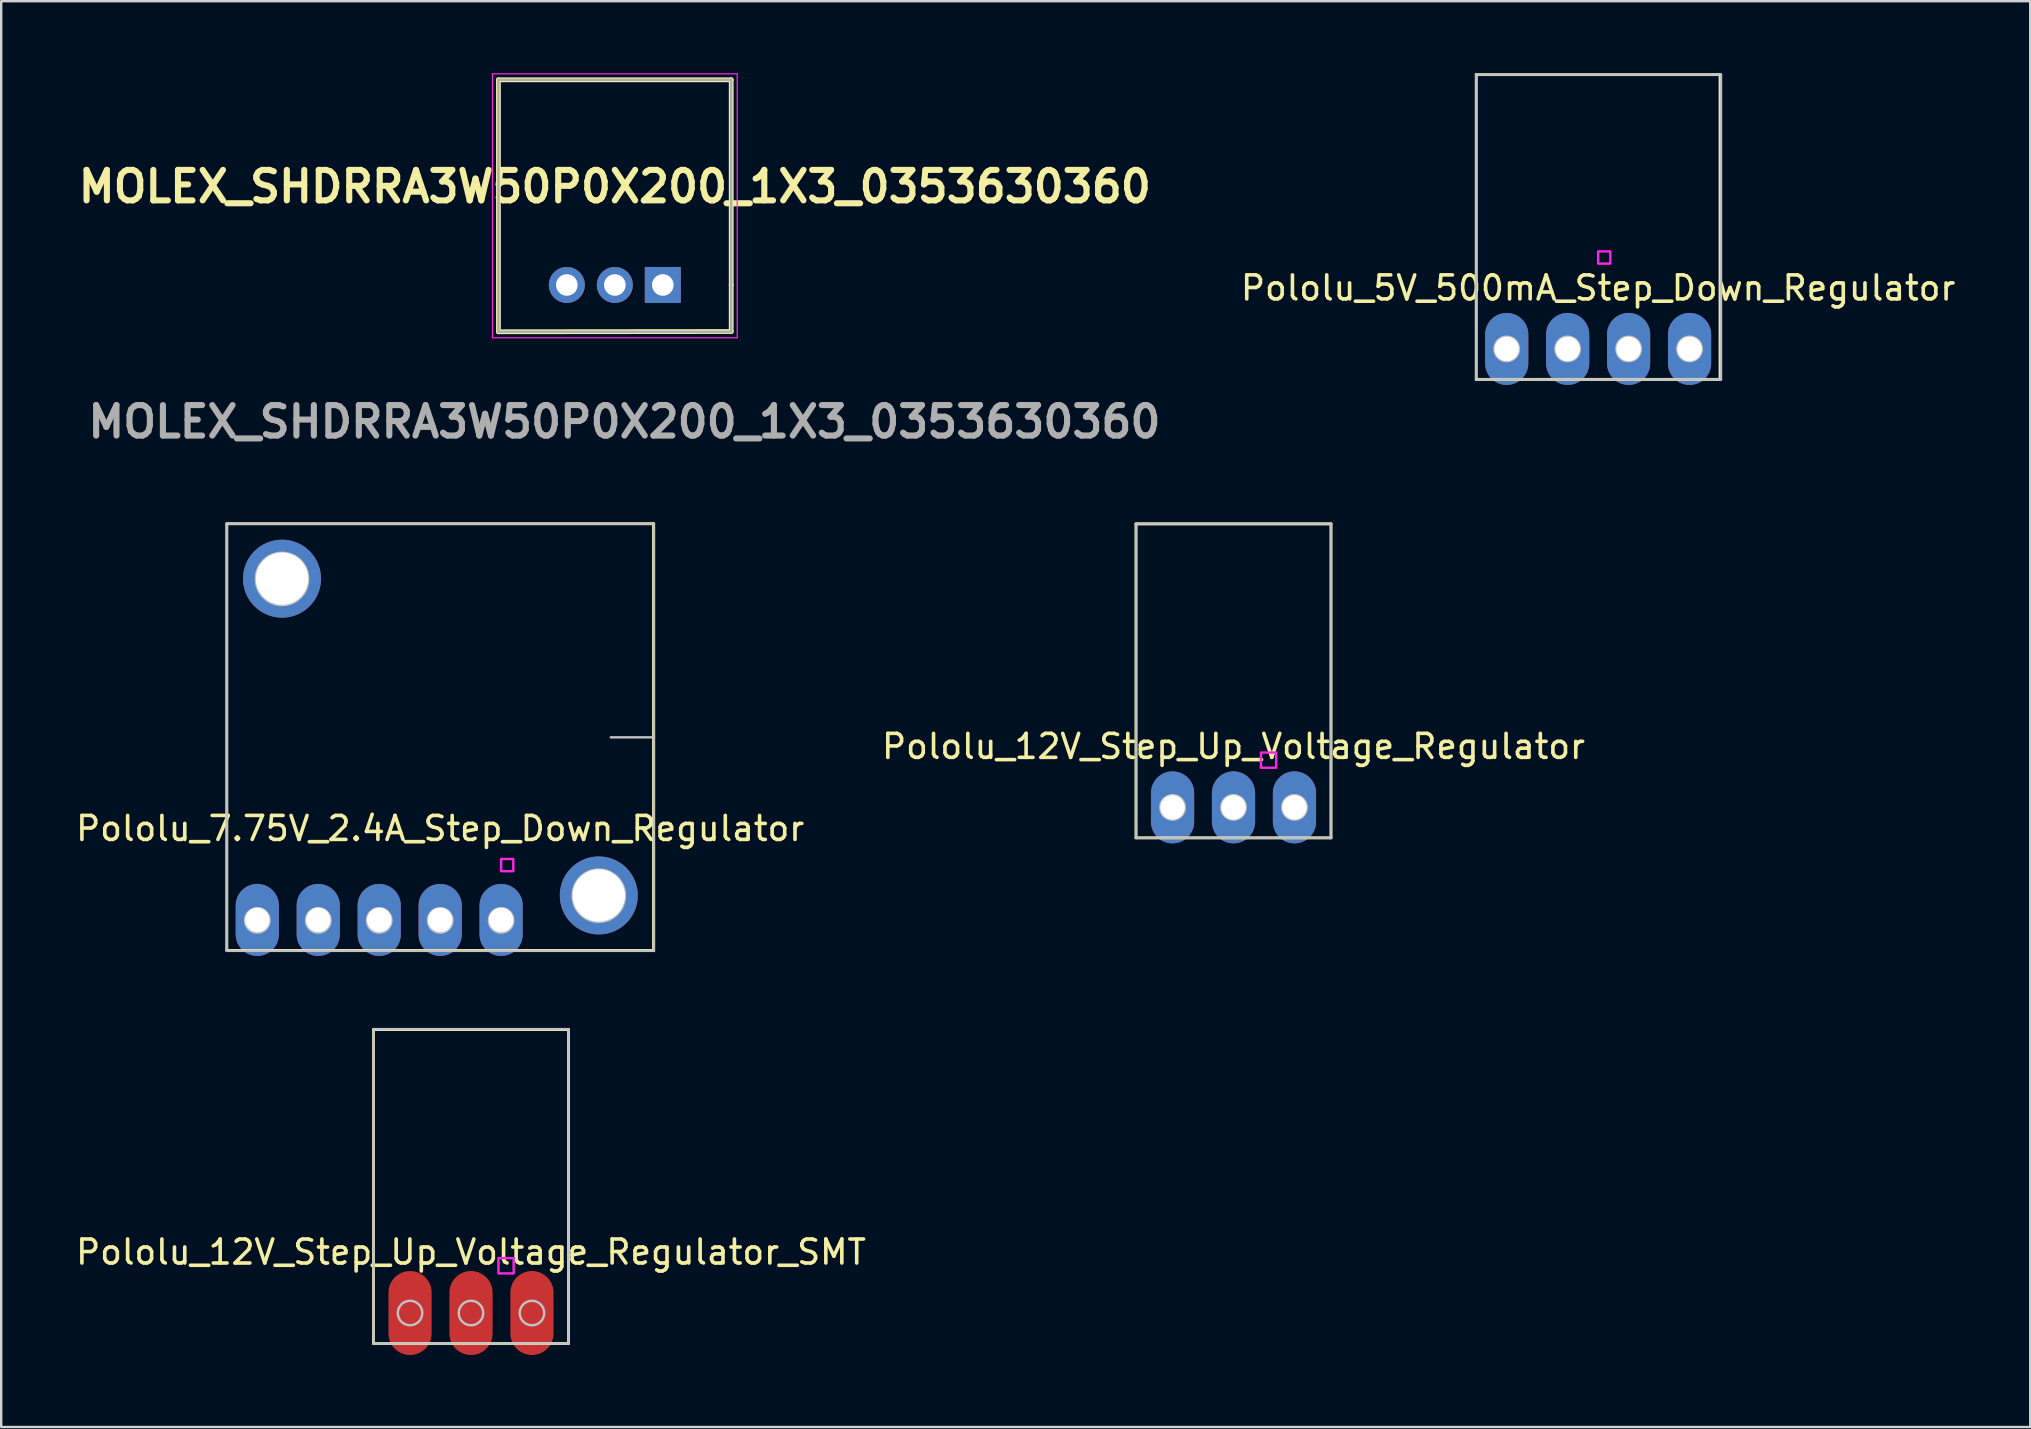
<source format=kicad_pcb>
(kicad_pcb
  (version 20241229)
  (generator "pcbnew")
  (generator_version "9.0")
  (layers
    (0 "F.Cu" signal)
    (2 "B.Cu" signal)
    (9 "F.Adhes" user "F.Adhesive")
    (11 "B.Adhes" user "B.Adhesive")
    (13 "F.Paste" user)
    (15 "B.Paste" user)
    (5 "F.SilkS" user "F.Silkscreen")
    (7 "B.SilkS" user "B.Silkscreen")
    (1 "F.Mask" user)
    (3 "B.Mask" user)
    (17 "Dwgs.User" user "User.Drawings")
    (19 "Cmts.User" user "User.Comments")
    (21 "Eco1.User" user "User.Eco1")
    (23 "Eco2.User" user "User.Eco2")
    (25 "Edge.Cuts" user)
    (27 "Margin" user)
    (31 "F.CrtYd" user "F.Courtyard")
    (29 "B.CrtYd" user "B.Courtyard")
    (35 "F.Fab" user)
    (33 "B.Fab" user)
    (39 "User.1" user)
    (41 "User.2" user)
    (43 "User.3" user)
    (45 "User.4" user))
  (footprint "MOLEX_SHDRRA3W50P0X200_1X3_0353630360"
    (layer "F.Cu")
    (at 24.57 8.825)
    (property "Reference" "MOLEX_SHDRRA3W50P0X200_1X3_0353630360" (at -2 -4.1 0) (layer "F.SilkS") (effects (font (size 1.27 1.27) (thickness 0.254))))
    (attr through_hole)
    (fp_line (start -6.85 -8.55) (end -6.85 1.95) (stroke (width 0.2) (type solid)) (layer "F.SilkS"))
    (fp_line (start 2.85 -8.55) (end -6.85 -8.55) (stroke (width 0.2) (type solid)) (layer "F.SilkS"))
    (fp_line (start 2.85 0) (end 2.85 -8.55) (stroke (width 0.2) (type solid)) (layer "F.SilkS"))
    (fp_line (start 2.85 0) (end 2.85 1.94) (stroke (width 0.2) (type solid)) (layer "F.SilkS"))
    (fp_line (start 2.85 1.94) (end -6.85 1.95) (stroke (width 0.2) (type solid)) (layer "F.SilkS"))
    (fp_line (start -7.1 -8.8) (end 3.1 -8.8) (stroke (width 0.05) (type solid)) (layer "F.CrtYd"))
    (fp_line (start -7.1 2.2) (end -7.1 -8.8) (stroke (width 0.05) (type solid)) (layer "F.CrtYd"))
    (fp_line (start 3.1 -8.8) (end 3.1 2.2) (stroke (width 0.05) (type solid)) (layer "F.CrtYd"))
    (fp_line (start 3.1 2.2) (end -7.1 2.2) (stroke (width 0.05) (type solid)) (layer "F.CrtYd"))
    (fp_line (start -6.85 -8.55) (end 2.85 -8.55) (stroke (width 0.1) (type solid)) (layer "F.Fab"))
    (fp_line (start -6.85 1.95) (end -6.85 -8.55) (stroke (width 0.1) (type solid)) (layer "F.Fab"))
    (fp_line (start 2.85 -8.55) (end 2.85 1.95) (stroke (width 0.1) (type solid)) (layer "F.Fab"))
    (fp_line (start 2.85 1.95) (end -6.85 1.95) (stroke (width 0.1) (type solid)) (layer "F.Fab"))
    (fp_text user "${REFERENCE}" (at -1.6 5.7 0) (layer "F.Fab") (effects (font (size 1.27 1.27) (thickness 0.254))))
    (pad "1" thru_hole rect (at 0 0) (size 1.5 1.5) (drill 0.9) (layers "*.Cu" "*.Mask"))
    (pad "2" thru_hole circle (at -2 0) (size 1.5 1.5) (drill 0.9) (layers "*.Cu" "*.Mask"))
    (pad "3" thru_hole circle (at -4 0) (size 1.5 1.5) (drill 0.9) (layers "*.Cu" "*.Mask")))
  (footprint "Pololu_12V_Step_Up_Voltage_Regulator"
    (layer "F.Cu")
    (at 48.351 28.054)
    (property "Reference" "Pololu_12V_Step_Up_Voltage_Regulator" (at 0 0 0) (layer "F.SilkS") (effects (font (size 1 1) (thickness 0.15))))
    (attr through_hole)
    (fp_line (start -4.064 -9.271) (end 4.064 -9.271) (stroke (width 0.12) (type solid)) (layer "F.SilkS"))
    (fp_line (start -4.064 3.81) (end -4.064 -9.271) (stroke (width 0.12) (type solid)) (layer "F.SilkS"))
    (fp_line (start 4.064 -9.271) (end 4.064 3.81) (stroke (width 0.12) (type solid)) (layer "F.SilkS"))
    (fp_line (start 4.064 3.81) (end -4.064 3.81) (stroke (width 0.12) (type solid)) (layer "F.SilkS"))
    (fp_line (start -4.06 -9.29) (end 4.06 -9.29) (stroke (width 0.1) (type solid)) (layer "Dwgs.User"))
    (fp_line (start -4.06 3.81) (end -4.06 -9.29) (stroke (width 0.1) (type solid)) (layer "Dwgs.User"))
    (fp_line (start 4.06 -9.29) (end 4.06 3.81) (stroke (width 0.1) (type solid)) (layer "Dwgs.User"))
    (fp_line (start 4.06 3.81) (end -4.06 3.81) (stroke (width 0.1) (type solid)) (layer "Dwgs.User"))
    (fp_circle (center -2.54 2.54) (end -2.03 2.54) (stroke (width 0.1) (type solid)) (fill no) (layer "Dwgs.User"))
    (fp_circle (center 0 2.54) (end 0.51 2.54) (stroke (width 0.1) (type solid)) (fill no) (layer "Dwgs.User"))
    (fp_circle (center 2.54 2.54) (end 3.05 2.54) (stroke (width 0.1) (type solid)) (fill no) (layer "Dwgs.User"))
    (fp_poly (pts (xy 1.778 0.889) (xy 1.143 0.889) (xy 1.143 0.254) (xy 1.778 0.254)) (stroke (width 0.1) (type solid)) (fill no) (layer "F.CrtYd"))
    (pad "1" thru_hole oval (at 2.54 2.54) (size 1.8 3) (drill 1.02) (layers "*.Cu" "*.Mask"))
    (pad "2" thru_hole oval (at 0 2.54) (size 1.8 3) (drill 1.02) (layers "*.Cu" "*.Mask"))
    (pad "3" thru_hole oval (at -2.54 2.54) (size 1.8 3) (drill 1.02) (layers "*.Cu" "*.Mask")))
  (footprint "Pololu_5V_500mA_Step_Down_Regulator"
    (layer "F.Cu")
    (at 63.545 6.41)
    (property "Reference" "Pololu_5V_500mA_Step_Down_Regulator" (at 0 2.54 0) (layer "F.SilkS") (effects (font (size 1 1) (thickness 0.15))))
    (attr through_hole)
    (fp_line (start -5.08 -6.35) (end 5.08 -6.35) (stroke (width 0.12) (type solid)) (layer "F.SilkS"))
    (fp_line (start -5.08 6.35) (end -5.08 -6.35) (stroke (width 0.12) (type solid)) (layer "F.SilkS"))
    (fp_line (start 5.08 -6.35) (end 5.08 6.35) (stroke (width 0.12) (type solid)) (layer "F.SilkS"))
    (fp_line (start 5.08 6.35) (end -5.08 6.35) (stroke (width 0.12) (type solid)) (layer "F.SilkS"))
    (fp_line (start -5.08 -6.35) (end 5.12 -6.35) (stroke (width 0.1) (type solid)) (layer "Dwgs.User"))
    (fp_line (start -5.08 6.35) (end -5.08 -6.35) (stroke (width 0.1) (type solid)) (layer "Dwgs.User"))
    (fp_line (start 5.12 -6.35) (end 5.12 6.35) (stroke (width 0.1) (type solid)) (layer "Dwgs.User"))
    (fp_line (start 5.12 6.35) (end -5.08 6.35) (stroke (width 0.1) (type solid)) (layer "Dwgs.User"))
    (fp_circle (center -3.81 5.08) (end -3.3 5.08) (stroke (width 0.1) (type solid)) (fill no) (layer "Dwgs.User"))
    (fp_circle (center -1.27 5.08) (end -0.76 5.08) (stroke (width 0.1) (type solid)) (fill no) (layer "Dwgs.User"))
    (fp_circle (center 1.27 5.08) (end 1.78 5.08) (stroke (width 0.1) (type solid)) (fill no) (layer "Dwgs.User"))
    (fp_circle (center 3.81 5.08) (end 4.32 5.08) (stroke (width 0.1) (type solid)) (fill no) (layer "Dwgs.User"))
    (fp_poly (pts (xy 0.508 1.524) (xy 0 1.524) (xy 0 1.016) (xy 0.508 1.016)) (stroke (width 0.1) (type solid)) (fill no) (layer "F.CrtYd"))
    (pad "1" thru_hole oval (at -3.81 5.08) (size 1.8 3) (drill 1.02) (layers "*.Cu" "*.Mask"))
    (pad "2" thru_hole oval (at -1.27 5.08) (size 1.8 3) (drill 1.02) (layers "*.Cu" "*.Mask"))
    (pad "3" thru_hole oval (at 1.27 5.08) (size 1.8 3) (drill 1.02) (layers "*.Cu" "*.Mask"))
    (pad "4" thru_hole oval (at 3.81 5.08) (size 1.8 3) (drill 1.02) (layers "*.Cu" "*.Mask")))
  (footprint "Pololu_7.75V_2.4A_Step_Down_Regulator"
    (layer "F.Cu")
    (at 15.292 27.664)
    (property "Reference" "Pololu_7.75V_2.4A_Step_Down_Regulator" (at 0 3.81 0) (layer "F.SilkS") (effects (font (size 1 1) (thickness 0.15))))
    (attr through_hole)
    (fp_line (start -8.89 -8.89) (end 8.89 -8.89) (stroke (width 0.12) (type solid)) (layer "F.SilkS"))
    (fp_line (start -8.89 8.89) (end -8.89 -8.89) (stroke (width 0.12) (type solid)) (layer "F.SilkS"))
    (fp_line (start 8.89 -8.89) (end 8.89 8.89) (stroke (width 0.12) (type solid)) (layer "F.SilkS"))
    (fp_line (start 8.89 8.89) (end -8.89 8.89) (stroke (width 0.12) (type solid)) (layer "F.SilkS"))
    (fp_line (start -8.89 -8.89) (end 8.91 -8.89) (stroke (width 0.1) (type solid)) (layer "Dwgs.User"))
    (fp_line (start -8.89 8.91) (end -8.89 -8.89) (stroke (width 0.1) (type solid)) (layer "Dwgs.User"))
    (fp_line (start 8.91 -8.89) (end 8.91 8.91) (stroke (width 0.1) (type solid)) (layer "Dwgs.User"))
    (fp_line (start 8.91 0.01) (end 7.11 0.01) (stroke (width 0.1) (type solid)) (layer "Dwgs.User"))
    (fp_line (start 8.91 8.91) (end -8.89 8.91) (stroke (width 0.1) (type solid)) (layer "Dwgs.User"))
    (fp_circle (center -7.62 7.64) (end -7.11 7.64) (stroke (width 0.1) (type solid)) (fill no) (layer "Dwgs.User"))
    (fp_circle (center -6.59 -6.59) (end -5.5 -6.59) (stroke (width 0.1) (type solid)) (fill no) (layer "Dwgs.User"))
    (fp_circle (center -5.08 7.64) (end -4.57 7.64) (stroke (width 0.1) (type solid)) (fill no) (layer "Dwgs.User"))
    (fp_circle (center -2.54 7.64) (end -2.03 7.64) (stroke (width 0.1) (type solid)) (fill no) (layer "Dwgs.User"))
    (fp_circle (center 0 7.64) (end 0.51 7.64) (stroke (width 0.1) (type solid)) (fill no) (layer "Dwgs.User"))
    (fp_circle (center 2.54 7.64) (end 3.05 7.64) (stroke (width 0.1) (type solid)) (fill no) (layer "Dwgs.User"))
    (fp_circle (center 6.61 6.61) (end 7.7 6.61) (stroke (width 0.1) (type solid)) (fill no) (layer "Dwgs.User"))
    (fp_poly (pts (xy 3.048 5.588) (xy 2.54 5.588) (xy 2.54 5.08) (xy 3.048 5.08)) (stroke (width 0.1) (type solid)) (fill no) (layer "F.CrtYd"))
    (pad "1" thru_hole oval (at -7.62 7.62) (size 1.8 3) (drill 1.02) (layers "*.Cu" "*.Mask"))
    (pad "2" thru_hole oval (at -5.08 7.62) (size 1.8 3) (drill 1.02) (layers "*.Cu" "*.Mask"))
    (pad "3" thru_hole oval (at -2.54 7.62) (size 1.8 3) (drill 1.02) (layers "*.Cu" "*.Mask"))
    (pad "4" thru_hole oval (at 0 7.62) (size 1.8 3) (drill 1.02) (layers "*.Cu" "*.Mask"))
    (pad "5" thru_hole oval (at 2.54 7.62) (size 1.8 3) (drill 1.02) (layers "*.Cu" "*.Mask"))
    (pad "6" thru_hole circle (at -6.59 -6.6) (size 3.25 3.25) (drill 2.18) (layers "*.Cu" "*.Mask"))
    (pad "7" thru_hole circle (at 6.61 6.6) (size 3.25 3.25) (drill 2.18) (layers "*.Cu" "*.Mask")))
  (footprint "Pololu_12V_Step_Up_Voltage_Regulator_SMT"
    (layer "F.Cu")
    (at 16.577 49.124)
    (property "Reference" "Pololu_12V_Step_Up_Voltage_Regulator_SMT" (at 0 0 0) (layer "F.SilkS") (effects (font (size 1 1) (thickness 0.15))))
    (attr through_hole)
    (fp_line (start -4.064 -9.271) (end 4.064 -9.271) (stroke (width 0.12) (type solid)) (layer "F.SilkS"))
    (fp_line (start -4.064 3.81) (end -4.064 -9.271) (stroke (width 0.12) (type solid)) (layer "F.SilkS"))
    (fp_line (start 4.064 -9.271) (end 4.064 3.81) (stroke (width 0.12) (type solid)) (layer "F.SilkS"))
    (fp_line (start 4.064 3.81) (end -4.064 3.81) (stroke (width 0.12) (type solid)) (layer "F.SilkS"))
    (fp_line (start -4.06 -9.29) (end 4.06 -9.29) (stroke (width 0.1) (type solid)) (layer "Dwgs.User"))
    (fp_line (start -4.06 3.81) (end -4.06 -9.29) (stroke (width 0.1) (type solid)) (layer "Dwgs.User"))
    (fp_line (start 4.06 -9.29) (end 4.06 3.81) (stroke (width 0.1) (type solid)) (layer "Dwgs.User"))
    (fp_line (start 4.06 3.81) (end -4.06 3.81) (stroke (width 0.1) (type solid)) (layer "Dwgs.User"))
    (fp_circle (center -2.54 2.54) (end -2.03 2.54) (stroke (width 0.1) (type solid)) (fill no) (layer "Dwgs.User"))
    (fp_circle (center 0 2.54) (end 0.51 2.54) (stroke (width 0.1) (type solid)) (fill no) (layer "Dwgs.User"))
    (fp_circle (center 2.54 2.54) (end 3.05 2.54) (stroke (width 0.1) (type solid)) (fill no) (layer "Dwgs.User"))
    (fp_poly (pts (xy 1.778 0.889) (xy 1.143 0.889) (xy 1.143 0.254) (xy 1.778 0.254)) (stroke (width 0.1) (type solid)) (fill no) (layer "F.CrtYd"))
    (pad "1" smd oval (at -2.54 2.54) (size 1.8 3.5) (layers "F.Cu" "F.Mask" "F.Paste"))
    (pad "2" smd oval (at 0 2.54) (size 1.8 3.5) (layers "F.Cu" "F.Mask" "F.Paste"))
    (pad "3" smd oval (at 2.54 2.54) (size 1.8 3.5) (layers "F.Cu" "F.Mask" "F.Paste")))
  (gr_rect
    (start -3 -3)
    (end 81.551 56.414)
    (stroke (width 0.1) (type default))
    (fill no)
    (layer "Edge.Cuts")))
</source>
